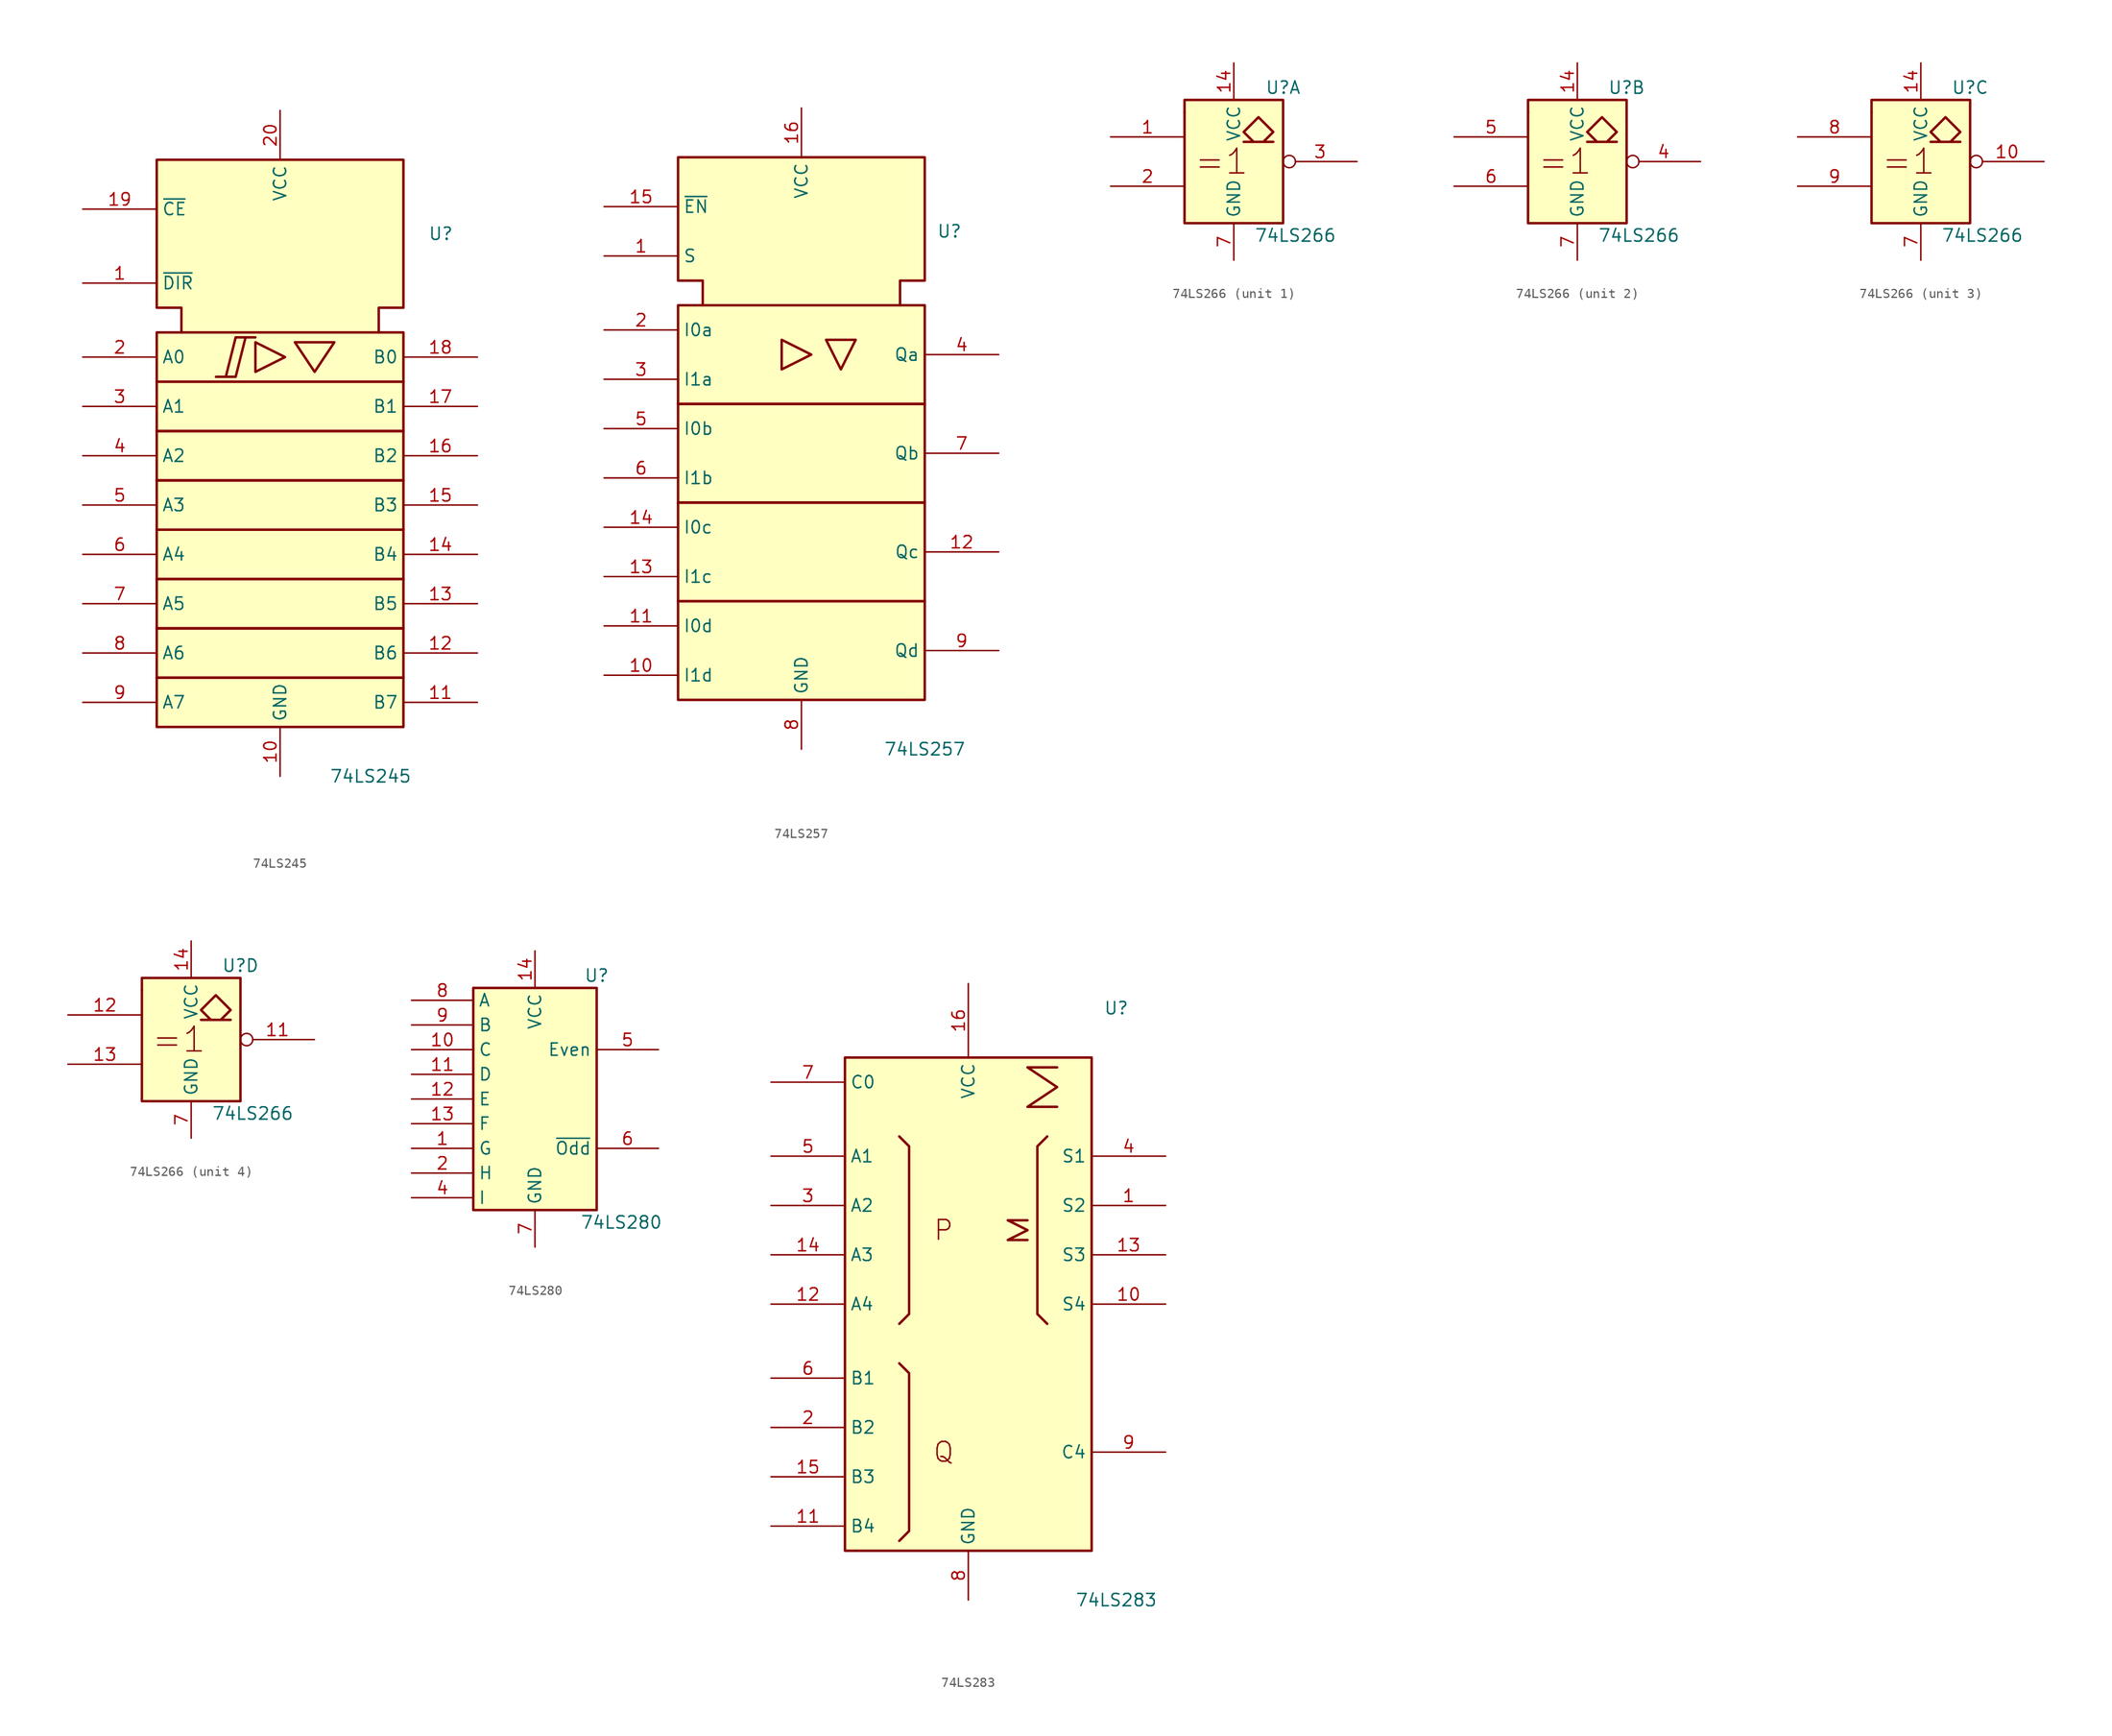
<source format=kicad_sym>
(kicad_symbol_lib
  (version 20241209)
  (generator "kicad_symbol_editor")
  (generator_version "9.0")
  (symbol "74LS245"
    (property "Reference" "U"
      (at 15.24 25.4 0)
      (effects (font (size 1.27 1.27)) (justify left)))
    (property "Value" "74LS245"
      (at 5.08 -30.48 0)
      (effects (font (size 1.27 1.27)) (justify left)))
    (symbol "74LS245_0_0"
      (polyline (pts (xy -6.604 10.668) (xy -4.572 10.668) (xy -3.556 14.732) (xy -2.54 14.732) (xy -4.572 14.732) (xy -5.588 10.668) (xy -5.588 10.668)) (stroke (width 0.254) (type default)) (fill (type background)))
      (polyline (pts (xy -2.54 14.224) (xy -2.54 11.176) (xy 0.508 12.7) (xy -2.54 14.224) (xy -2.54 14.224)) (stroke (width 0.254) (type default)) (fill (type background)))
      (polyline (pts (xy 1.524 14.224) (xy 5.588 14.224) (xy 3.556 11.176) (xy 1.524 14.224) (xy 1.524 14.224)) (stroke (width 0.254) (type default)) (fill (type background)))
      (pin power_in line (at 0 38.1 270) (length 5.08) (name "VCC" (effects (font (size 1.27 1.27)))) (number "20" (effects (font (size 1.27 1.27)))))
      (pin power_in line (at 0 -30.48 90) (length 5.08) (name "GND" (effects (font (size 1.27 1.27)))) (number "10" (effects (font (size 1.27 1.27))))))
    (symbol "74LS245_0_1"
      (rectangle (start -12.7 15.24) (end 12.7 10.16) (stroke (width 0.254) (type default)) (fill (type background)))
      (rectangle (start -12.7 10.16) (end 12.7 5.08) (stroke (width 0.254) (type default)) (fill (type background)))
      (rectangle (start -12.7 5.08) (end 12.7 0) (stroke (width 0.254) (type default)) (fill (type background)))
      (rectangle (start -12.7 0) (end 12.7 -5.08) (stroke (width 0.254) (type default)) (fill (type background)))
      (rectangle (start -12.7 -5.08) (end 12.7 -10.16) (stroke (width 0.254) (type default)) (fill (type background)))
      (rectangle (start -12.7 -10.16) (end 12.7 -15.24) (stroke (width 0.254) (type default)) (fill (type background)))
      (rectangle (start -12.7 -15.24) (end 12.7 -20.32) (stroke (width 0.254) (type default)) (fill (type background)))
      (rectangle (start -12.7 -20.32) (end 12.7 -25.4) (stroke (width 0.254) (type default)) (fill (type background)))
      (polyline (pts (xy -10.16 15.24) (xy -10.16 17.78) (xy -12.7 17.78) (xy -12.7 33.02) (xy 12.7 33.02) (xy 12.7 17.78) (xy 10.16 17.78) (xy 10.16 15.24) (xy 10.16 15.24)) (stroke (width 0.254) (type default)) (fill (type background))))
    (symbol "74LS245_1_1"
      (pin input line (at -20.32 27.94 0) (length 7.62) (name "~{CE}" (effects (font (size 1.27 1.27)))) (number "19" (effects (font (size 1.27 1.27)))))
      (pin input line (at -20.32 20.32 0) (length 7.62) (name "~{DIR}" (effects (font (size 1.27 1.27)))) (number "1" (effects (font (size 1.27 1.27)))))
      (pin tri_state line (at -20.32 12.7 0) (length 7.62) (name "A0" (effects (font (size 1.27 1.27)))) (number "2" (effects (font (size 1.27 1.27)))))
      (pin tri_state line (at -20.32 7.62 0) (length 7.62) (name "A1" (effects (font (size 1.27 1.27)))) (number "3" (effects (font (size 1.27 1.27)))))
      (pin tri_state line (at -20.32 2.54 0) (length 7.62) (name "A2" (effects (font (size 1.27 1.27)))) (number "4" (effects (font (size 1.27 1.27)))))
      (pin tri_state line (at -20.32 -2.54 0) (length 7.62) (name "A3" (effects (font (size 1.27 1.27)))) (number "5" (effects (font (size 1.27 1.27)))))
      (pin tri_state line (at -20.32 -7.62 0) (length 7.62) (name "A4" (effects (font (size 1.27 1.27)))) (number "6" (effects (font (size 1.27 1.27)))))
      (pin tri_state line (at -20.32 -12.7 0) (length 7.62) (name "A5" (effects (font (size 1.27 1.27)))) (number "7" (effects (font (size 1.27 1.27)))))
      (pin tri_state line (at -20.32 -17.78 0) (length 7.62) (name "A6" (effects (font (size 1.27 1.27)))) (number "8" (effects (font (size 1.27 1.27)))))
      (pin tri_state line (at -20.32 -22.86 0) (length 7.62) (name "A7" (effects (font (size 1.27 1.27)))) (number "9" (effects (font (size 1.27 1.27)))))
      (pin tri_state line (at 20.32 12.7 180) (length 7.62) (name "B0" (effects (font (size 1.27 1.27)))) (number "18" (effects (font (size 1.27 1.27)))))
      (pin tri_state line (at 20.32 7.62 180) (length 7.62) (name "B1" (effects (font (size 1.27 1.27)))) (number "17" (effects (font (size 1.27 1.27)))))
      (pin tri_state line (at 20.32 2.54 180) (length 7.62) (name "B2" (effects (font (size 1.27 1.27)))) (number "16" (effects (font (size 1.27 1.27)))))
      (pin tri_state line (at 20.32 -2.54 180) (length 7.62) (name "B3" (effects (font (size 1.27 1.27)))) (number "15" (effects (font (size 1.27 1.27)))))
      (pin tri_state line (at 20.32 -7.62 180) (length 7.62) (name "B4" (effects (font (size 1.27 1.27)))) (number "14" (effects (font (size 1.27 1.27)))))
      (pin tri_state line (at 20.32 -12.7 180) (length 7.62) (name "B5" (effects (font (size 1.27 1.27)))) (number "13" (effects (font (size 1.27 1.27)))))
      (pin tri_state line (at 20.32 -17.78 180) (length 7.62) (name "B6" (effects (font (size 1.27 1.27)))) (number "12" (effects (font (size 1.27 1.27)))))
      (pin tri_state line (at 20.32 -22.86 180) (length 7.62) (name "B7" (effects (font (size 1.27 1.27)))) (number "11" (effects (font (size 1.27 1.27)))))))
  (symbol "74LS257"
    (property "Reference" "U"
      (at 15.24 20.32 0)
      (effects (font (size 1.27 1.27))))
    (property "Value" "74LS257"
      (at 12.7 -33.02 0)
      (effects (font (size 1.27 1.27))))
    (symbol "74LS257_0_0"
      (rectangle (start -12.7 12.7) (end 12.7 2.54) (stroke (width 0.254) (type default)) (fill (type background)))
      (rectangle (start -12.7 2.54) (end 12.7 -7.62) (stroke (width 0.254) (type default)) (fill (type background)))
      (rectangle (start -12.7 -7.62) (end 12.7 -17.78) (stroke (width 0.254) (type default)) (fill (type background)))
      (rectangle (start -12.7 -17.78) (end 12.7 -27.94) (stroke (width 0.254) (type default)) (fill (type background)))
      (polyline (pts (xy -10.16 12.7) (xy -10.16 15.24) (xy -12.7 15.24) (xy -12.7 27.94) (xy 12.7 27.94) (xy 12.7 15.24) (xy 10.16 15.24) (xy 10.16 12.7) (xy 10.16 12.7)) (stroke (width 0.254) (type default)) (fill (type background)))
      (polyline (pts (xy -2.032 9.144) (xy -2.032 6.096) (xy 1.016 7.62) (xy -2.032 9.144) (xy -2.032 9.144)) (stroke (width 0.254) (type default)) (fill (type background)))
      (polyline (pts (xy 5.588 9.144) (xy 2.54 9.144) (xy 4.064 6.096) (xy 5.588 9.144) (xy 5.588 9.144)) (stroke (width 0.254) (type default)) (fill (type background)))
      (pin power_in line (at 0 33.02 270) (length 5.08) (name "VCC" (effects (font (size 1.27 1.27)))) (number "16" (effects (font (size 1.27 1.27)))))
      (pin power_in line (at 0 -33.02 90) (length 5.08) (name "GND" (effects (font (size 1.27 1.27)))) (number "8" (effects (font (size 1.27 1.27))))))
    (symbol "74LS257_1_1"
      (pin input line (at -20.32 22.86 0) (length 7.62) (name "~{EN}" (effects (font (size 1.27 1.27)))) (number "15" (effects (font (size 1.27 1.27)))))
      (pin input line (at -20.32 17.78 0) (length 7.62) (name "S" (effects (font (size 1.27 1.27)))) (number "1" (effects (font (size 1.27 1.27)))))
      (pin input line (at -20.32 10.16 0) (length 7.62) (name "I0a" (effects (font (size 1.27 1.27)))) (number "2" (effects (font (size 1.27 1.27)))))
      (pin input line (at -20.32 5.08 0) (length 7.62) (name "I1a" (effects (font (size 1.27 1.27)))) (number "3" (effects (font (size 1.27 1.27)))))
      (pin input line (at -20.32 0 0) (length 7.62) (name "I0b" (effects (font (size 1.27 1.27)))) (number "5" (effects (font (size 1.27 1.27)))))
      (pin input line (at -20.32 -5.08 0) (length 7.62) (name "I1b" (effects (font (size 1.27 1.27)))) (number "6" (effects (font (size 1.27 1.27)))))
      (pin input line (at -20.32 -10.16 0) (length 7.62) (name "I0c" (effects (font (size 1.27 1.27)))) (number "14" (effects (font (size 1.27 1.27)))))
      (pin input line (at -20.32 -15.24 0) (length 7.62) (name "I1c" (effects (font (size 1.27 1.27)))) (number "13" (effects (font (size 1.27 1.27)))))
      (pin input line (at -20.32 -20.32 0) (length 7.62) (name "I0d" (effects (font (size 1.27 1.27)))) (number "11" (effects (font (size 1.27 1.27)))))
      (pin input line (at -20.32 -25.4 0) (length 7.62) (name "I1d" (effects (font (size 1.27 1.27)))) (number "10" (effects (font (size 1.27 1.27)))))
      (pin tri_state line (at 20.32 7.62 180) (length 7.62) (name "Qa" (effects (font (size 1.27 1.27)))) (number "4" (effects (font (size 1.27 1.27)))))
      (pin tri_state line (at 20.32 -2.54 180) (length 7.62) (name "Qb" (effects (font (size 1.27 1.27)))) (number "7" (effects (font (size 1.27 1.27)))))
      (pin tri_state line (at 20.32 -12.7 180) (length 7.62) (name "Qc" (effects (font (size 1.27 1.27)))) (number "12" (effects (font (size 1.27 1.27)))))
      (pin tri_state line (at 20.32 -22.86 180) (length 7.62) (name "Qd" (effects (font (size 1.27 1.27)))) (number "9" (effects (font (size 1.27 1.27)))))))
  (symbol "74LS266"
    (property "Reference" "U"
      (at 5.08 7.62 0)
      (effects (font (size 1.27 1.27))))
    (property "Value" "74LS266"
      (at 6.35 -7.62 0)
      (effects (font (size 1.27 1.27))))
    (symbol "74LS266_0_0"
      (rectangle (start -5.08 5.08) (end -5.08 5.08) (stroke (width 0.254) (type default)) (fill (type background)))
      (polyline (pts (xy 3.048 2.032) (xy 4.064 3.048) (xy 2.54 4.572) (xy 1.016 3.048) (xy 2.032 2.032) (xy 1.016 2.032) (xy 4.064 2.032) (xy 4.064 2.032)) (stroke (width 0.254) (type default)) (fill (type background)))
      (text "=1" (at -1.27 0 0) (effects (font (size 2.54 2.54)))))
    (symbol "74LS266_0_1"
      (rectangle (start -5.08 6.35) (end 5.08 -6.35) (stroke (width 0.254) (type default)) (fill (type background)))
      (pin power_in line (at 0 10.16 270) (length 3.81) (name "VCC" (effects (font (size 1.27 1.27)))) (number "14" (effects (font (size 1.27 1.27)))))
      (pin power_in line (at 0 -10.16 90) (length 3.81) (name "GND" (effects (font (size 1.27 1.27)))) (number "7" (effects (font (size 1.27 1.27))))))
    (symbol "74LS266_1_1"
      (pin input line (at -12.7 2.54 0) (length 7.62) (name "~" (effects (font (size 1.27 1.27)))) (number "1" (effects (font (size 1.27 1.27)))))
      (pin input line (at -12.7 -2.54 0) (length 7.62) (name "~" (effects (font (size 1.27 1.27)))) (number "2" (effects (font (size 1.27 1.27)))))
      (pin output inverted (at 12.7 0 180) (length 7.62) (name "~" (effects (font (size 1.27 1.27)))) (number "3" (effects (font (size 1.27 1.27))))))
    (symbol "74LS266_2_1"
      (pin input line (at -12.7 2.54 0) (length 7.62) (name "~" (effects (font (size 1.27 1.27)))) (number "5" (effects (font (size 1.27 1.27)))))
      (pin input line (at -12.7 -2.54 0) (length 7.62) (name "~" (effects (font (size 1.27 1.27)))) (number "6" (effects (font (size 1.27 1.27)))))
      (pin output inverted (at 12.7 0 180) (length 7.62) (name "~" (effects (font (size 1.27 1.27)))) (number "4" (effects (font (size 1.27 1.27))))))
    (symbol "74LS266_3_1"
      (pin input line (at -12.7 2.54 0) (length 7.62) (name "~" (effects (font (size 1.27 1.27)))) (number "8" (effects (font (size 1.27 1.27)))))
      (pin input line (at -12.7 -2.54 0) (length 7.62) (name "~" (effects (font (size 1.27 1.27)))) (number "9" (effects (font (size 1.27 1.27)))))
      (pin output inverted (at 12.7 0 180) (length 7.62) (name "~" (effects (font (size 1.27 1.27)))) (number "10" (effects (font (size 1.27 1.27))))))
    (symbol "74LS266_4_1"
      (pin input line (at -12.7 2.54 0) (length 7.62) (name "~" (effects (font (size 1.27 1.27)))) (number "12" (effects (font (size 1.27 1.27)))))
      (pin input line (at -12.7 -2.54 0) (length 7.62) (name "~" (effects (font (size 1.27 1.27)))) (number "13" (effects (font (size 1.27 1.27)))))
      (pin output inverted (at 12.7 0 180) (length 7.62) (name "~" (effects (font (size 1.27 1.27)))) (number "11" (effects (font (size 1.27 1.27)))))))
  (symbol "74LS280"
    (property "Reference" "U"
      (at 6.35 12.7 0)
      (effects (font (size 1.27 1.27))))
    (property "Value" "74LS280"
      (at 8.89 -12.7 0)
      (effects (font (size 1.27 1.27))))
    (symbol "74LS280_0_0"
      (rectangle (start -6.35 11.43) (end 6.35 -11.43) (stroke (width 0.254) (type default)) (fill (type background)))
      (pin power_in line (at 0 15.24 270) (length 3.81) (name "VCC" (effects (font (size 1.27 1.27)))) (number "14" (effects (font (size 1.27 1.27)))))
      (pin power_in line (at 0 -15.24 90) (length 3.81) (name "GND" (effects (font (size 1.27 1.27)))) (number "7" (effects (font (size 1.27 1.27))))))
    (symbol "74LS280_1_1"
      (pin input line (at -12.7 10.16 0) (length 6.35) (name "A" (effects (font (size 1.27 1.27)))) (number "8" (effects (font (size 1.27 1.27)))))
      (pin input line (at -12.7 7.62 0) (length 6.35) (name "B" (effects (font (size 1.27 1.27)))) (number "9" (effects (font (size 1.27 1.27)))))
      (pin input line (at -12.7 5.08 0) (length 6.35) (name "C" (effects (font (size 1.27 1.27)))) (number "10" (effects (font (size 1.27 1.27)))))
      (pin input line (at -12.7 2.54 0) (length 6.35) (name "D" (effects (font (size 1.27 1.27)))) (number "11" (effects (font (size 1.27 1.27)))))
      (pin input line (at -12.7 0 0) (length 6.35) (name "E" (effects (font (size 1.27 1.27)))) (number "12" (effects (font (size 1.27 1.27)))))
      (pin input line (at -12.7 -2.54 0) (length 6.35) (name "F" (effects (font (size 1.27 1.27)))) (number "13" (effects (font (size 1.27 1.27)))))
      (pin input line (at -12.7 -5.08 0) (length 6.35) (name "G" (effects (font (size 1.27 1.27)))) (number "1" (effects (font (size 1.27 1.27)))))
      (pin input line (at -12.7 -7.62 0) (length 6.35) (name "H" (effects (font (size 1.27 1.27)))) (number "2" (effects (font (size 1.27 1.27)))))
      (pin input line (at -12.7 -10.16 0) (length 6.35) (name "I" (effects (font (size 1.27 1.27)))) (number "4" (effects (font (size 1.27 1.27)))))
      (pin output line (at 12.7 5.08 180) (length 6.35) (name "Even" (effects (font (size 1.27 1.27)))) (number "5" (effects (font (size 1.27 1.27)))))
      (pin output line (at 12.7 -5.08 180) (length 6.35) (name "~{Odd}" (effects (font (size 1.27 1.27)))) (number "6" (effects (font (size 1.27 1.27)))))))
  (symbol "74LS283"
    (property "Reference" "U"
      (at 15.24 30.48 0)
      (effects (font (size 1.27 1.27))))
    (property "Value" "74LS283"
      (at 15.24 -30.48 0)
      (effects (font (size 1.27 1.27))))
    (symbol "74LS283_0_0"
      (rectangle (start -12.7 25.4) (end 12.7 -25.4) (stroke (width 0.254) (type default)) (fill (type background)))
      (polyline (pts (xy -7.112 17.272) (xy -6.096 16.256) (xy -6.096 -1.016) (xy -7.112 -2.032) (xy -7.112 -2.032)) (stroke (width 0.254) (type default)) (fill (type background)))
      (polyline (pts (xy -7.112 -6.096) (xy -6.096 -7.112) (xy -6.096 -23.368) (xy -7.112 -24.384) (xy -7.112 -24.384)) (stroke (width 0.254) (type default)) (fill (type background)))
      (polyline (pts (xy 6.096 8.636) (xy 4.064 8.636) (xy 6.096 7.62) (xy 4.064 6.604) (xy 6.096 6.604) (xy 6.096 6.604)) (stroke (width 0.254) (type default)) (fill (type background)))
      (polyline (pts (xy 8.128 17.272) (xy 7.112 16.256) (xy 7.112 -1.016) (xy 8.128 -2.032) (xy 8.128 -2.032)) (stroke (width 0.254) (type default)) (fill (type background)))
      (polyline (pts (xy 9.144 24.384) (xy 6.096 24.384) (xy 9.144 22.352) (xy 6.096 20.32) (xy 9.144 20.32) (xy 9.144 20.32)) (stroke (width 0.254) (type default)) (fill (type background)))
      (text "P" (at -2.54 7.62 0) (effects (font (size 2.032 2.032))))
      (text "Q" (at -2.54 -15.24 0) (effects (font (size 2.032 2.032))))
      (pin power_in line (at 0 33.02 270) (length 7.62) (name "VCC" (effects (font (size 1.27 1.27)))) (number "16" (effects (font (size 1.27 1.27)))))
      (pin power_in line (at 0 -30.48 90) (length 5.08) (name "GND" (effects (font (size 1.27 1.27)))) (number "8" (effects (font (size 1.27 1.27))))))
    (symbol "74LS283_1_1"
      (pin input line (at -20.32 22.86 0) (length 7.62) (name "C0" (effects (font (size 1.27 1.27)))) (number "7" (effects (font (size 1.27 1.27)))))
      (pin input line (at -20.32 15.24 0) (length 7.62) (name "A1" (effects (font (size 1.27 1.27)))) (number "5" (effects (font (size 1.27 1.27)))))
      (pin input line (at -20.32 10.16 0) (length 7.62) (name "A2" (effects (font (size 1.27 1.27)))) (number "3" (effects (font (size 1.27 1.27)))))
      (pin input line (at -20.32 5.08 0) (length 7.62) (name "A3" (effects (font (size 1.27 1.27)))) (number "14" (effects (font (size 1.27 1.27)))))
      (pin input line (at -20.32 0 0) (length 7.62) (name "A4" (effects (font (size 1.27 1.27)))) (number "12" (effects (font (size 1.27 1.27)))))
      (pin input line (at -20.32 -7.62 0) (length 7.62) (name "B1" (effects (font (size 1.27 1.27)))) (number "6" (effects (font (size 1.27 1.27)))))
      (pin input line (at -20.32 -12.7 0) (length 7.62) (name "B2" (effects (font (size 1.27 1.27)))) (number "2" (effects (font (size 1.27 1.27)))))
      (pin input line (at -20.32 -17.78 0) (length 7.62) (name "B3" (effects (font (size 1.27 1.27)))) (number "15" (effects (font (size 1.27 1.27)))))
      (pin input line (at -20.32 -22.86 0) (length 7.62) (name "B4" (effects (font (size 1.27 1.27)))) (number "11" (effects (font (size 1.27 1.27)))))
      (pin output line (at 20.32 15.24 180) (length 7.62) (name "S1" (effects (font (size 1.27 1.27)))) (number "4" (effects (font (size 1.27 1.27)))))
      (pin output line (at 20.32 10.16 180) (length 7.62) (name "S2" (effects (font (size 1.27 1.27)))) (number "1" (effects (font (size 1.27 1.27)))))
      (pin output line (at 20.32 5.08 180) (length 7.62) (name "S3" (effects (font (size 1.27 1.27)))) (number "13" (effects (font (size 1.27 1.27)))))
      (pin output line (at 20.32 0 180) (length 7.62) (name "S4" (effects (font (size 1.27 1.27)))) (number "10" (effects (font (size 1.27 1.27)))))
      (pin output line (at 20.32 -15.24 180) (length 7.62) (name "C4" (effects (font (size 1.27 1.27)))) (number "9" (effects (font (size 1.27 1.27))))))))
</source>
